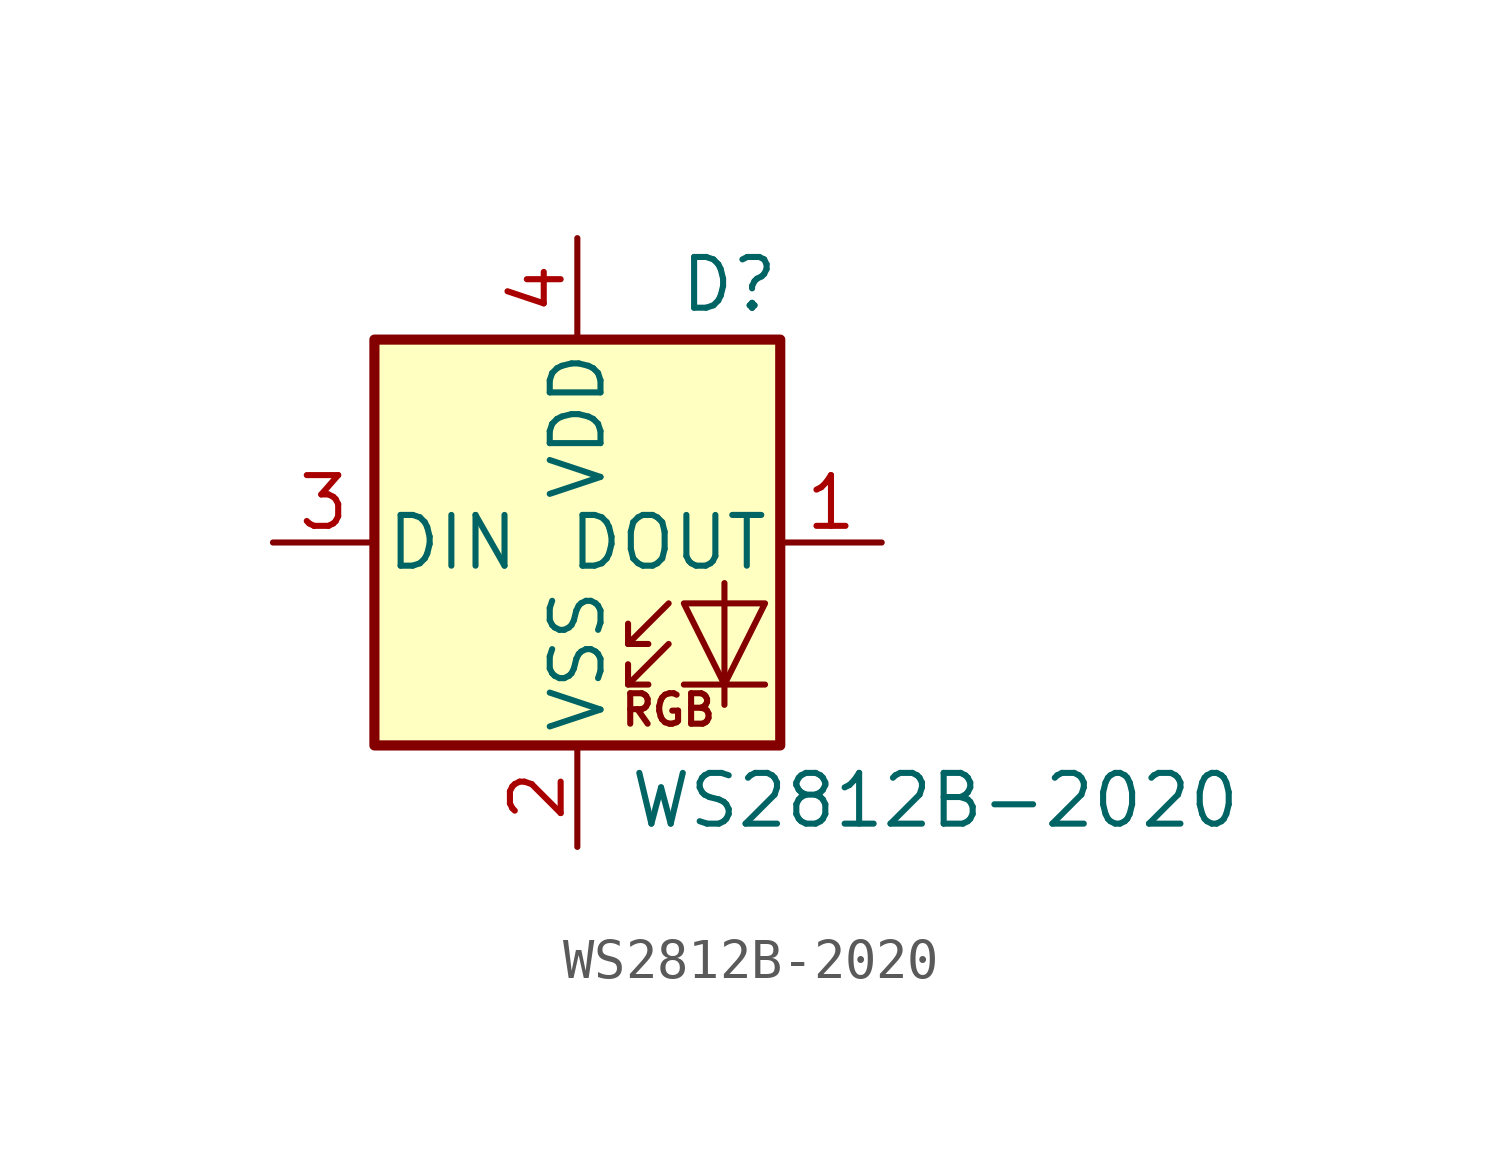
<source format=kicad_sym>
(kicad_symbol_lib
  (version 20211014)
  (generator kicad_symbol_editor)
  (symbol "WS2812B-2020"
    (pin_names
      (offset 0.254))
    (property "Reference" "D"
      (at 5.08 5.715 0)
      (effects (font (size 1.27 1.27)) (justify right bottom)))
    (property "Value" "WS2812B-2020"
      (at 1.27 -5.715 0)
      (effects (font (size 1.27 1.27)) (justify left top)))
    (symbol "WS2812B-2020_0_0"
      (text "RGB" (at 2.286 -4.191 0) (effects (font (size 0.762 0.762)))))
    (symbol "WS2812B-2020_0_1"
      (polyline (pts (xy 1.27 -3.556) (xy 1.778 -3.556)) (stroke (width 0) (type default) (color 0 0 0 0)) (fill (type none)))
      (polyline (pts (xy 1.27 -2.54) (xy 1.778 -2.54)) (stroke (width 0) (type default) (color 0 0 0 0)) (fill (type none)))
      (polyline (pts (xy 4.699 -3.556) (xy 2.667 -3.556)) (stroke (width 0) (type default) (color 0 0 0 0)) (fill (type none)))
      (polyline (pts (xy 2.286 -2.54) (xy 1.27 -3.556) (xy 1.27 -3.048)) (stroke (width 0) (type default) (color 0 0 0 0)) (fill (type none)))
      (polyline (pts (xy 2.286 -1.524) (xy 1.27 -2.54) (xy 1.27 -2.032)) (stroke (width 0) (type default) (color 0 0 0 0)) (fill (type none)))
      (polyline (pts (xy 3.683 -1.016) (xy 3.683 -3.556) (xy 3.683 -4.064)) (stroke (width 0) (type default) (color 0 0 0 0)) (fill (type none)))
      (polyline (pts (xy 4.699 -1.524) (xy 2.667 -1.524) (xy 3.683 -3.556) (xy 4.699 -1.524)) (stroke (width 0) (type default) (color 0 0 0 0)) (fill (type none)))
      (rectangle (start 5.08 5.08) (end -5.08 -5.08) (stroke (width 0.254) (type default) (color 0 0 0 0)) (fill (type background))))
    (symbol "WS2812B-2020_1_1"
      (pin output line (at 7.62 0 180) (length 2.54) (name "DOUT" (effects (font (size 1.27 1.27)))) (number "1" (effects (font (size 1.27 1.27)))))
      (pin power_in line (at 0 -7.62 90) (length 2.54) (name "VSS" (effects (font (size 1.27 1.27)))) (number "2" (effects (font (size 1.27 1.27)))))
      (pin input line (at -7.62 0 0) (length 2.54) (name "DIN" (effects (font (size 1.27 1.27)))) (number "3" (effects (font (size 1.27 1.27)))))
      (pin power_in line (at 0 7.62 270) (length 2.54) (name "VDD" (effects (font (size 1.27 1.27)))) (number "4" (effects (font (size 1.27 1.27))))))))
</source>
